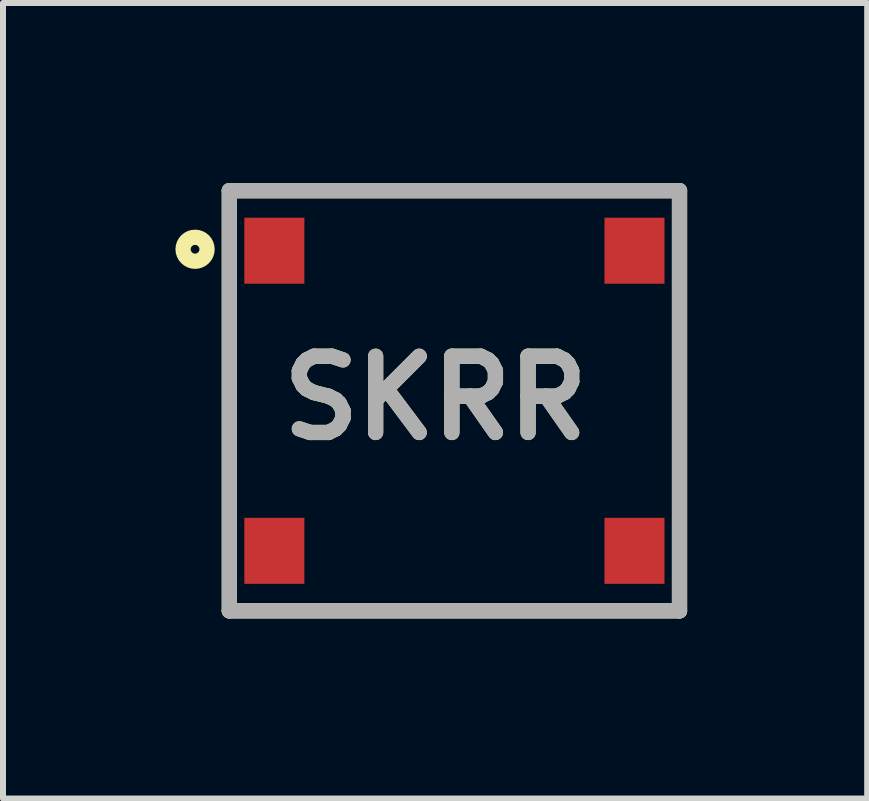
<source format=kicad_pcb>
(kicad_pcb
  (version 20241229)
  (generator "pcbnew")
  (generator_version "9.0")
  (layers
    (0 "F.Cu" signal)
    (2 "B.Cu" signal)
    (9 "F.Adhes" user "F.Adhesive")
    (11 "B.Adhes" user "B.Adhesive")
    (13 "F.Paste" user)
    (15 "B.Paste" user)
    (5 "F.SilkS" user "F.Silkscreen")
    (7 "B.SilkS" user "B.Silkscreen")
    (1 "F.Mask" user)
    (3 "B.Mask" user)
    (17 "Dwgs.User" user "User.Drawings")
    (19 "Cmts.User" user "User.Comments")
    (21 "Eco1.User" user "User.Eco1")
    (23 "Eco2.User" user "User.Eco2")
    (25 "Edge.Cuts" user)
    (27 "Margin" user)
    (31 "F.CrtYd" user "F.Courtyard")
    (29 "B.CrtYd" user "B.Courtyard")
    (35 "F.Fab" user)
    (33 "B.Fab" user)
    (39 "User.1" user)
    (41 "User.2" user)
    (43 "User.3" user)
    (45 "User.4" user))
  (footprint "SKRR"
    (layer "F.Cu")
    (at 4.521 3.627)
    (property "Reference" "SKRR" (at -0.315 -0.046 0) (layer "F.SilkS") (effects (font (size 1.27 1.27) (thickness 0.254))))
    (attr smd)
    (fp_line (start -3.75 -3.5) (end -3.75 3.5) (stroke (width 0.254) (type solid)) (layer "F.SilkS"))
    (fp_line (start -3.75 3.5) (end 3.75 3.5) (stroke (width 0.254) (type solid)) (layer "F.SilkS"))
    (fp_line (start 3.75 -3.5) (end -3.75 -3.5) (stroke (width 0.254) (type solid)) (layer "F.SilkS"))
    (fp_line (start 3.75 3.5) (end 3.75 -3.5) (stroke (width 0.254) (type solid)) (layer "F.SilkS"))
    (fp_circle (center -4.321 -2.524) (end -4.321 -2.451) (stroke (width 0.254) (type solid)) (fill no) (layer "F.SilkS"))
    (fp_line (start -3.75 -3.5) (end 3.75 -3.5) (stroke (width 0.254) (type solid)) (layer "F.Fab"))
    (fp_line (start -3.75 3.5) (end -3.75 -3.5) (stroke (width 0.254) (type solid)) (layer "F.Fab"))
    (fp_line (start 3.75 -3.5) (end 3.75 3.5) (stroke (width 0.254) (type solid)) (layer "F.Fab"))
    (fp_line (start 3.75 3.5) (end -3.75 3.5) (stroke (width 0.254) (type solid)) (layer "F.Fab"))
    (fp_text user "${REFERENCE}" (at -0.315 -0.046 0) (layer "F.Fab") (effects (font (size 1.27 1.27) (thickness 0.254))))
    (pad "1" smd rect (at -3 -2.5) (size 1 1.1) (layers "F.Cu" "F.Mask" "F.Paste"))
    (pad "2" smd rect (at -3 2.5) (size 1 1.1) (layers "F.Cu" "F.Mask" "F.Paste"))
    (pad "3" smd rect (at 3 -2.5) (size 1 1.1) (layers "F.Cu" "F.Mask" "F.Paste"))
    (pad "4" smd rect (at 3 2.5) (size 1 1.1) (layers "F.Cu" "F.Mask" "F.Paste")))
  (gr_rect
    (start -3 -3)
    (end 11.398 10.254)
    (stroke (width 0.1) (type default))
    (fill no)
    (layer "Edge.Cuts")))
</source>
